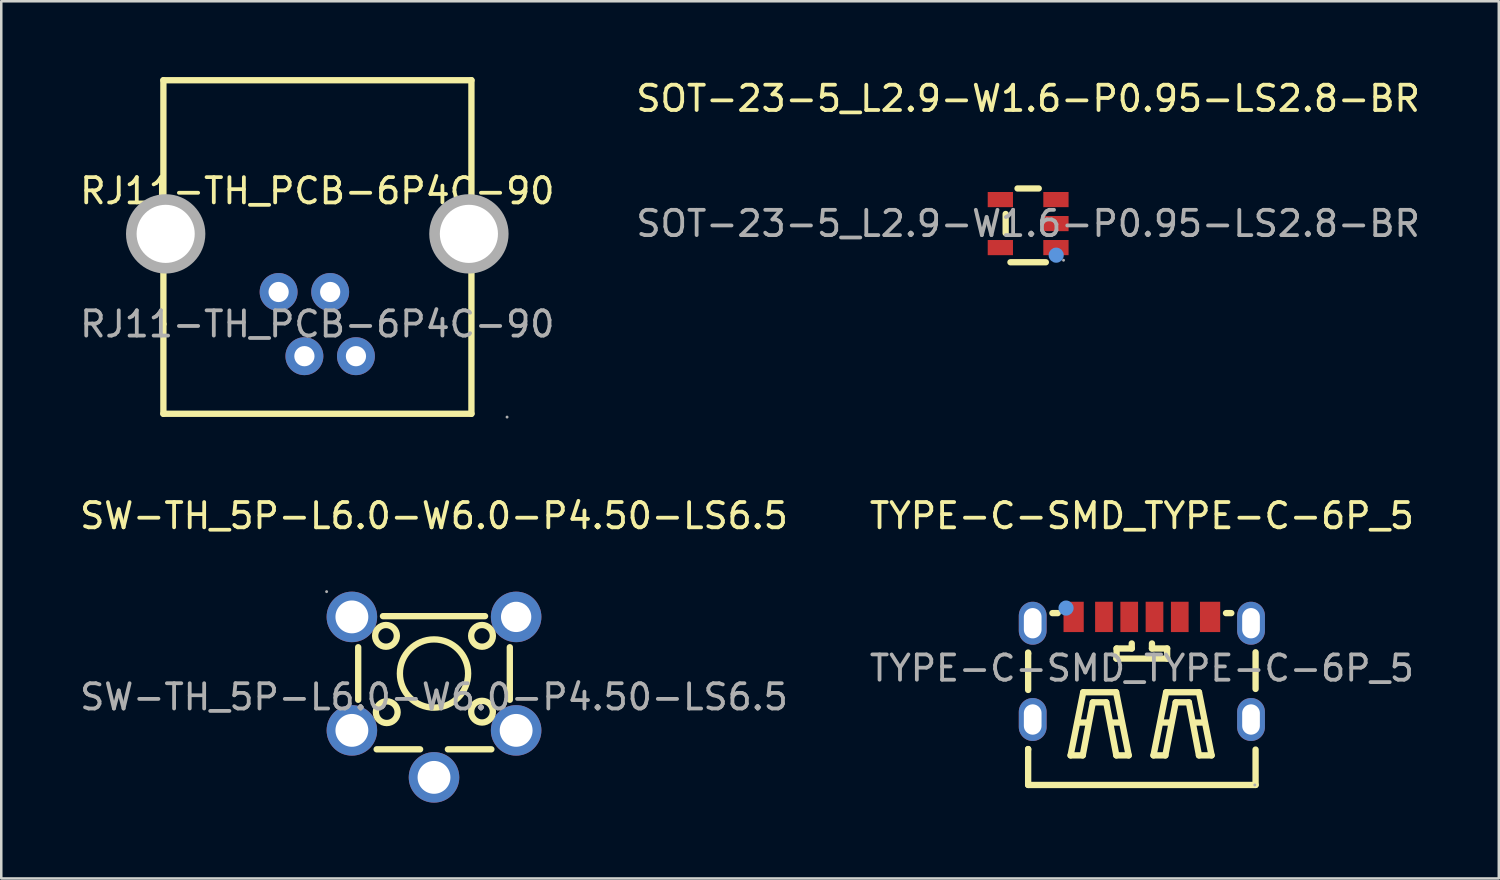
<source format=kicad_pcb>
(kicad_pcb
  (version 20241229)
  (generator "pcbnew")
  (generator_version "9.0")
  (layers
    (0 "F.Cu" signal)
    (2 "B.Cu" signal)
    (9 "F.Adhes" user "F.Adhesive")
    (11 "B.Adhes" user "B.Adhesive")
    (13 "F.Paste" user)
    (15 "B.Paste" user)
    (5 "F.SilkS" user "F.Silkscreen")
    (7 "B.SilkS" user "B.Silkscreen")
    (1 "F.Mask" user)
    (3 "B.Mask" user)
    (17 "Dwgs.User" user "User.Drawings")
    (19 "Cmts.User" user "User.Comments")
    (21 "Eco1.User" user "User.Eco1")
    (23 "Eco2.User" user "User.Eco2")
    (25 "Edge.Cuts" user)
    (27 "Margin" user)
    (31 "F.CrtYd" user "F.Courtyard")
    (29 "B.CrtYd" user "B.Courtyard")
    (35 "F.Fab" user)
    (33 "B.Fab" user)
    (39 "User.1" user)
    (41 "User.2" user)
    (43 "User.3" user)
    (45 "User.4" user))
  (footprint "RJ11-TH_PCB-6P4C-90"
    (layer "F.Cu")
    (at 9.506 9.775)
    (property "Reference" "RJ11-TH_PCB-6P4C-90" (at 0 -5.27 0) (layer "F.SilkS") (effects (font (size 1 1) (thickness 0.15))))
    (attr through_hole)
    (fp_line (start -6.09 -9.65) (end 6.1 -9.65) (stroke (width 0.25) (type solid)) (layer "F.SilkS"))
    (fp_line (start -6.09 0) (end -6.09 -9.65) (stroke (width 0.25) (type solid)) (layer "F.SilkS"))
    (fp_line (start -6.09 3.55) (end -6.09 0) (stroke (width 0.25) (type solid)) (layer "F.SilkS"))
    (fp_line (start 6.1 -9.65) (end 6.1 3.55) (stroke (width 0.25) (type solid)) (layer "F.SilkS"))
    (fp_line (start 6.1 3.55) (end -6.09 3.55) (stroke (width 0.25) (type solid)) (layer "F.SilkS"))
    (fp_circle (center -6 -3.57) (end -5.48 -3.57) (stroke (width 1.05) (type solid)) (fill no) (layer "F.Fab"))
    (fp_circle (center -1.53 -1.27) (end -1.38 -1.27) (stroke (width 0.3) (type solid)) (fill no) (layer "F.Fab"))
    (fp_circle (center -0.51 1.27) (end -0.36 1.27) (stroke (width 0.3) (type solid)) (fill no) (layer "F.Fab"))
    (fp_circle (center 0.51 -1.27) (end 0.66 -1.27) (stroke (width 0.3) (type solid)) (fill no) (layer "F.Fab"))
    (fp_circle (center 1.53 1.27) (end 1.68 1.27) (stroke (width 0.3) (type solid)) (fill no) (layer "F.Fab"))
    (fp_circle (center 6 -3.57) (end 6.52 -3.57) (stroke (width 1.05) (type solid)) (fill no) (layer "F.Fab"))
    (fp_circle (center 7.51 3.68) (end 7.54 3.68) (stroke (width 0.06) (type solid)) (fill no) (layer "F.Fab"))
    (fp_text user "${REFERENCE}" (at 0 0 0) (layer "F.Fab") (effects (font (size 1 1) (thickness 0.15))))
    (pad "" thru_hole circle (at -6 -3.57) (size 2.3 2.3) (drill 2.3) (layers "*.Cu" "*.Mask"))
    (pad "" thru_hole circle (at 6 -3.57) (size 2.3 2.3) (drill 2.3) (layers "*.Cu" "*.Mask"))
    (pad "1" thru_hole circle (at 1.53 1.27) (size 1.5 1.5) (drill 0.8) (layers "*.Cu" "*.Mask"))
    (pad "2" thru_hole circle (at 0.51 -1.27) (size 1.5 1.5) (drill 0.8) (layers "*.Cu" "*.Mask"))
    (pad "3" thru_hole circle (at -0.51 1.27) (size 1.5 1.5) (drill 0.8) (layers "*.Cu" "*.Mask"))
    (pad "4" thru_hole circle (at -1.53 -1.27) (size 1.5 1.5) (drill 0.8) (layers "*.Cu" "*.Mask")))
  (footprint "TYPE-C-SMD_TYPE-C-6P_5"
    (layer "F.Cu")
    (at 42.137 23.393)
    (property "Reference" "TYPE-C-SMD_TYPE-C-6P_5" (at 0 -6.03 0) (layer "F.SilkS") (effects (font (size 1 1) (thickness 0.15))))
    (attr smd)
    (fp_line (start -4.5 -0.58) (end -4.5 -0.62) (stroke (width 0.25) (type solid)) (layer "F.SilkS"))
    (fp_line (start -4.5 -0.58) (end -4.5 0.86) (stroke (width 0.25) (type solid)) (layer "F.SilkS"))
    (fp_line (start -4.5 3.2) (end -4.5 4.62) (stroke (width 0.25) (type solid)) (layer "F.SilkS"))
    (fp_line (start -4.5 3.22) (end -4.5 3.2) (stroke (width 0.25) (type solid)) (layer "F.SilkS"))
    (fp_line (start -4.5 4.62) (end 4.5 4.62) (stroke (width 0.25) (type solid)) (layer "F.SilkS"))
    (fp_line (start -3.54 -2.18) (end -3.33 -2.18) (stroke (width 0.25) (type solid)) (layer "F.SilkS"))
    (fp_line (start -2.82 3.45) (end -2.32 0.95) (stroke (width 0.25) (type solid)) (layer "F.SilkS"))
    (fp_line (start -2.52 2.15) (end -2.12 2.15) (stroke (width 0.25) (type solid)) (layer "F.SilkS"))
    (fp_line (start -2.34 3.45) (end -2.82 3.45) (stroke (width 0.25) (type solid)) (layer "F.SilkS"))
    (fp_line (start -2.32 0.95) (end -1.02 0.95) (stroke (width 0.25) (type solid)) (layer "F.SilkS"))
    (fp_line (start -1.94 1.35) (end -2.34 3.45) (stroke (width 0.25) (type solid)) (layer "F.SilkS"))
    (fp_line (start -1.41 1.35) (end -1.94 1.35) (stroke (width 0.25) (type solid)) (layer "F.SilkS"))
    (fp_line (start -1.22 2.15) (end -0.82 2.15) (stroke (width 0.25) (type solid)) (layer "F.SilkS"))
    (fp_line (start -1.02 0.95) (end -0.52 3.45) (stroke (width 0.25) (type solid)) (layer "F.SilkS"))
    (fp_line (start -1.01 -0.38) (end 1.01 -0.38) (stroke (width 0.25) (type solid)) (layer "F.SilkS"))
    (fp_line (start -1.01 3.45) (end -1.41 1.35) (stroke (width 0.25) (type solid)) (layer "F.SilkS"))
    (fp_line (start -1 -0.78) (end -0.4 -0.78) (stroke (width 0.25) (type solid)) (layer "F.SilkS"))
    (fp_line (start -1 -0.38) (end -1 -0.78) (stroke (width 0.25) (type solid)) (layer "F.SilkS"))
    (fp_line (start -0.52 3.45) (end -1.01 3.45) (stroke (width 0.25) (type solid)) (layer "F.SilkS"))
    (fp_line (start -0.4 -0.78) (end -0.4 -0.98) (stroke (width 0.25) (type solid)) (layer "F.SilkS"))
    (fp_line (start 0.4 -0.78) (end 0.4 -0.98) (stroke (width 0.25) (type solid)) (layer "F.SilkS"))
    (fp_line (start 0.46 3.45) (end 0.96 0.95) (stroke (width 0.25) (type solid)) (layer "F.SilkS"))
    (fp_line (start 0.76 2.15) (end 1.16 2.15) (stroke (width 0.25) (type solid)) (layer "F.SilkS"))
    (fp_line (start 0.93 3.45) (end 0.46 3.45) (stroke (width 0.25) (type solid)) (layer "F.SilkS"))
    (fp_line (start 0.96 0.95) (end 2.26 0.95) (stroke (width 0.25) (type solid)) (layer "F.SilkS"))
    (fp_line (start 1 -0.78) (end 0.4 -0.78) (stroke (width 0.25) (type solid)) (layer "F.SilkS"))
    (fp_line (start 1 -0.38) (end 1 -0.78) (stroke (width 0.25) (type solid)) (layer "F.SilkS"))
    (fp_line (start 1.34 1.35) (end 0.93 3.45) (stroke (width 0.25) (type solid)) (layer "F.SilkS"))
    (fp_line (start 1.86 1.35) (end 1.34 1.35) (stroke (width 0.25) (type solid)) (layer "F.SilkS"))
    (fp_line (start 2.06 2.15) (end 2.46 2.15) (stroke (width 0.25) (type solid)) (layer "F.SilkS"))
    (fp_line (start 2.26 0.95) (end 2.76 3.45) (stroke (width 0.25) (type solid)) (layer "F.SilkS"))
    (fp_line (start 2.26 3.45) (end 1.86 1.35) (stroke (width 0.25) (type solid)) (layer "F.SilkS"))
    (fp_line (start 2.76 3.45) (end 2.26 3.45) (stroke (width 0.25) (type solid)) (layer "F.SilkS"))
    (fp_line (start 3.33 -2.18) (end 3.54 -2.18) (stroke (width 0.25) (type solid)) (layer "F.SilkS"))
    (fp_line (start 4.5 0.82) (end 4.5 -0.63) (stroke (width 0.25) (type solid)) (layer "F.SilkS"))
    (fp_line (start 4.5 4.62) (end 4.5 3.22) (stroke (width 0.25) (type solid)) (layer "F.SilkS"))
    (fp_circle (center -3 -2.38) (end -2.85 -2.38) (stroke (width 0.3) (type solid)) (fill no) (layer "Cmts.User"))
    (fp_circle (center 4.47 4.62) (end 4.5 4.62) (stroke (width 0.06) (type solid)) (fill no) (layer "F.Fab"))
    (fp_text user "${REFERENCE}" (at 0 0 0) (layer "F.Fab") (effects (font (size 1 1) (thickness 0.15))))
    (pad "7" thru_hole oval (at -4.32 -1.78) (size 1.1 1.7) (drill oval 0.7 1.2) (layers "*.Cu" "*.Mask"))
    (pad "7" thru_hole oval (at -4.32 2.03) (size 1.1 1.7) (drill oval 0.7 1.2) (layers "*.Cu" "*.Mask"))
    (pad "7" thru_hole oval (at 4.32 -1.78) (size 1.1 1.7) (drill oval 0.7 1.2) (layers "*.Cu" "*.Mask"))
    (pad "7" thru_hole oval (at 4.32 2.03) (size 1.1 1.7) (drill oval 0.7 1.2) (layers "*.Cu" "*.Mask"))
    (pad "A5" smd rect (at -0.5 -2.03) (size 0.7 1.2) (layers "F.Cu" "F.Mask" "F.Paste"))
    (pad "A9" smd rect (at 1.5 -2.03) (size 0.7 1.2) (layers "F.Cu" "F.Mask" "F.Paste"))
    (pad "A12" smd rect (at 2.7 -2.03) (size 0.8 1.2) (layers "F.Cu" "F.Mask" "F.Paste"))
    (pad "B5" smd rect (at 0.5 -2.03) (size 0.7 1.2) (layers "F.Cu" "F.Mask" "F.Paste"))
    (pad "B9" smd rect (at -1.5 -2.03) (size 0.7 1.2) (layers "F.Cu" "F.Mask" "F.Paste"))
    (pad "B12" smd rect (at -2.7 -2.03) (size 0.8 1.2) (layers "F.Cu" "F.Mask" "F.Paste")))
  (footprint "SW-TH_5P-L6.0-W6.0-P4.50-LS6.5"
    (layer "F.Cu")
    (at 14.125 24.533)
    (property "Reference" "SW-TH_5P-L6.0-W6.0-P4.50-LS6.5" (at 0 -7.17 0) (layer "F.SilkS") (effects (font (size 1 1) (thickness 0.15))))
    (attr through_hole)
    (fp_line (start -3 0.11) (end -3 -1.97) (stroke (width 0.25) (type solid)) (layer "F.SilkS"))
    (fp_line (start -2.02 -3.2) (end 2.02 -3.2) (stroke (width 0.25) (type solid)) (layer "F.SilkS"))
    (fp_line (start -0.55 2.07) (end -2.27 2.07) (stroke (width 0.25) (type solid)) (layer "F.SilkS"))
    (fp_line (start 2.27 2.07) (end 0.55 2.07) (stroke (width 0.25) (type solid)) (layer "F.SilkS"))
    (fp_line (start 3 -1.97) (end 3 0.11) (stroke (width 0.25) (type solid)) (layer "F.SilkS"))
    (fp_circle (center -1.9 -2.42) (end -1.47 -2.42) (stroke (width 0.25) (type solid)) (fill no) (layer "F.SilkS"))
    (fp_circle (center -1.87 0.6) (end -1.44 0.6) (stroke (width 0.25) (type solid)) (fill no) (layer "F.SilkS"))
    (fp_circle (center 0 -0.93) (end 1.35 -0.93) (stroke (width 0.25) (type solid)) (fill no) (layer "F.SilkS"))
    (fp_circle (center 1.9 -2.42) (end 2.33 -2.42) (stroke (width 0.25) (type solid)) (fill no) (layer "F.SilkS"))
    (fp_circle (center 1.9 0.58) (end 2.33 0.58) (stroke (width 0.25) (type solid)) (fill no) (layer "F.SilkS"))
    (fp_circle (center -4.25 -4.17) (end -4.22 -4.17) (stroke (width 0.06) (type solid)) (fill no) (layer "F.Fab"))
    (fp_circle (center -3.25 -3.17) (end -2.97 -3.17) (stroke (width 0.55) (type solid)) (fill no) (layer "F.Fab"))
    (fp_circle (center -3.25 1.32) (end -2.97 1.32) (stroke (width 0.55) (type solid)) (fill no) (layer "F.Fab"))
    (fp_circle (center 0 3.18) (end 0.28 3.18) (stroke (width 0.55) (type solid)) (fill no) (layer "F.Fab"))
    (fp_circle (center 3.25 -3.17) (end 3.5 -3.17) (stroke (width 0.5) (type solid)) (fill no) (layer "F.Fab"))
    (fp_circle (center 3.25 1.32) (end 3.53 1.32) (stroke (width 0.55) (type solid)) (fill no) (layer "F.Fab"))
    (fp_text user "${REFERENCE}" (at 0 0 0) (layer "F.Fab") (effects (font (size 1 1) (thickness 0.15))))
    (pad "1" thru_hole circle (at -3.25 -3.17) (size 2 2) (drill 1.3) (layers "*.Cu" "*.Mask"))
    (pad "2" thru_hole circle (at 3.25 -3.17) (size 2 2) (drill 1.199) (layers "*.Cu" "*.Mask"))
    (pad "3" thru_hole circle (at -3.25 1.32) (size 2 2) (drill 1.3) (layers "*.Cu" "*.Mask"))
    (pad "4" thru_hole circle (at 3.25 1.32) (size 2 2) (drill 1.3) (layers "*.Cu" "*.Mask"))
    (pad "5" thru_hole circle (at 0 3.18) (size 2 2) (drill 1.3) (layers "*.Cu" "*.Mask")))
  (footprint "SOT-23-5_L2.9-W1.6-P0.95-LS2.8-BR"
    (layer "F.Cu")
    (at 37.637 5.798)
    (property "Reference" "SOT-23-5_L2.9-W1.6-P0.95-LS2.8-BR" (at 0 -4.95 0) (layer "F.SilkS") (effects (font (size 1 1) (thickness 0.15))))
    (attr through_hole)
    (fp_line (start -0.89 0.38) (end -0.89 -0.38) (stroke (width 0.25) (type solid)) (layer "F.SilkS"))
    (fp_line (start -0.7 1.53) (end 0.7 1.53) (stroke (width 0.25) (type solid)) (layer "F.SilkS"))
    (fp_line (start -0.42 -1.39) (end 0.42 -1.39) (stroke (width 0.25) (type solid)) (layer "F.SilkS"))
    (fp_circle (center 1.11 1.25) (end 1.26 1.25) (stroke (width 0.3) (type solid)) (fill no) (layer "Cmts.User"))
    (fp_circle (center 1.4 1.45) (end 1.43 1.45) (stroke (width 0.06) (type solid)) (fill no) (layer "F.Fab"))
    (fp_text user "${REFERENCE}" (at 0 0 0) (layer "F.Fab") (effects (font (size 1 1) (thickness 0.15))))
    (pad "1" smd rect (at 1.1 0.95 90) (size 0.6 1) (layers "F.Cu" "F.Mask" "F.Paste"))
    (pad "2" smd rect (at 1.1 0 90) (size 0.6 1) (layers "F.Cu" "F.Mask" "F.Paste"))
    (pad "3" smd rect (at 1.1 -0.95 90) (size 0.6 1) (layers "F.Cu" "F.Mask" "F.Paste"))
    (pad "4" smd rect (at -1.1 -0.95 90) (size 0.6 1) (layers "F.Cu" "F.Mask" "F.Paste"))
    (pad "5" smd rect (at -1.1 0.95 90) (size 0.6 1) (layers "F.Cu" "F.Mask" "F.Paste")))
  (gr_rect
    (start -3 -3)
    (end 56.262 31.713)
    (stroke (width 0.1) (type default))
    (fill no)
    (layer "Edge.Cuts")))
</source>
